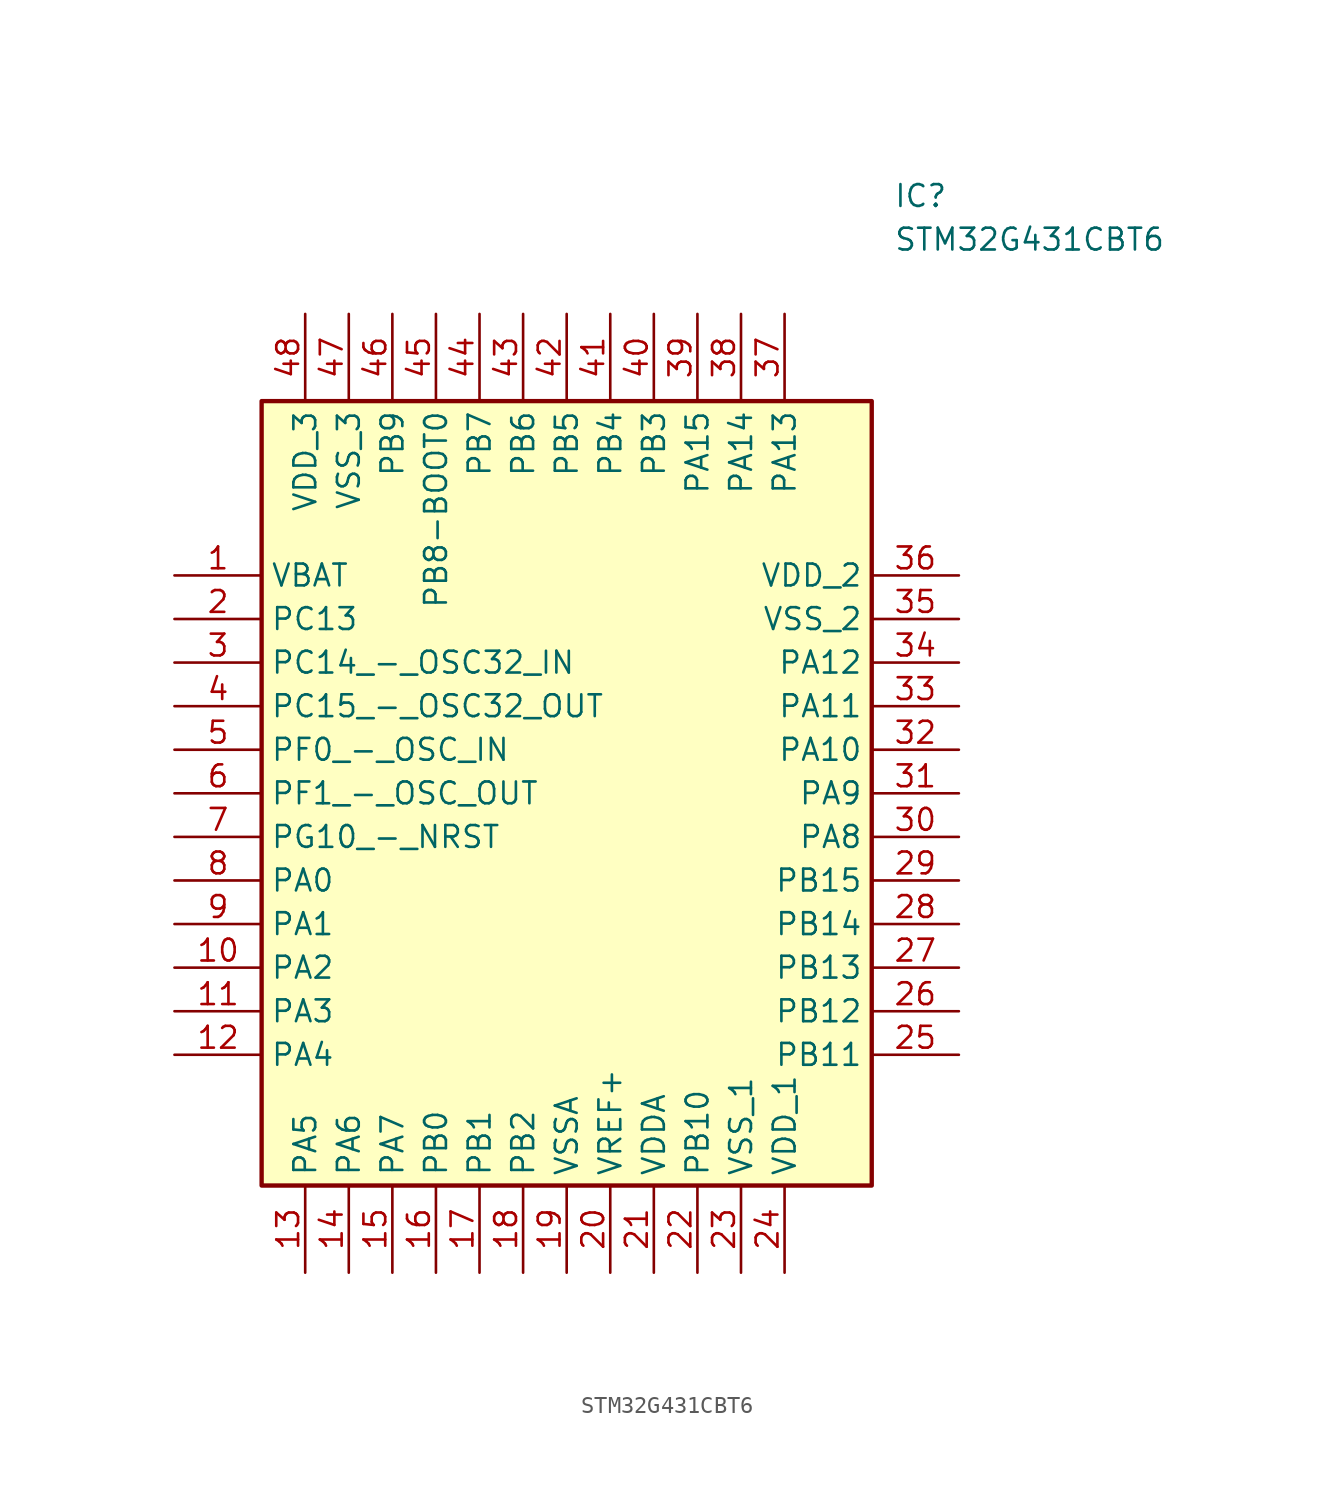
<source format=kicad_sym>
(kicad_symbol_lib
  (version 20220914)
  (generator kicad_symbol_editor)
  (symbol "STM32G431CBT6"
    (property "Reference" "IC"
      (at 41.91 22.86 0)
      (effects (font (size 1.27 1.27)) (justify left top)))
    (property "Value" "STM32G431CBT6"
      (at 41.91 20.32 0)
      (effects (font (size 1.27 1.27)) (justify left top)))
    (symbol "STM32G431CBT6_1_1"
      (rectangle (start 5.08 10.16) (end 40.64 -35.56) (stroke (width 0.254) (type default)) (fill (type background)))
      (pin passive line (at 0 0 0) (length 5.08) (name "VBAT" (effects (font (size 1.27 1.27)))) (number "1" (effects (font (size 1.27 1.27)))))
      (pin passive line (at 0 -22.86 0) (length 5.08) (name "PA2" (effects (font (size 1.27 1.27)))) (number "10" (effects (font (size 1.27 1.27)))))
      (pin passive line (at 0 -25.4 0) (length 5.08) (name "PA3" (effects (font (size 1.27 1.27)))) (number "11" (effects (font (size 1.27 1.27)))))
      (pin passive line (at 0 -27.94 0) (length 5.08) (name "PA4" (effects (font (size 1.27 1.27)))) (number "12" (effects (font (size 1.27 1.27)))))
      (pin passive line (at 7.62 -40.64 90) (length 5.08) (name "PA5" (effects (font (size 1.27 1.27)))) (number "13" (effects (font (size 1.27 1.27)))))
      (pin passive line (at 10.16 -40.64 90) (length 5.08) (name "PA6" (effects (font (size 1.27 1.27)))) (number "14" (effects (font (size 1.27 1.27)))))
      (pin passive line (at 12.7 -40.64 90) (length 5.08) (name "PA7" (effects (font (size 1.27 1.27)))) (number "15" (effects (font (size 1.27 1.27)))))
      (pin passive line (at 15.24 -40.64 90) (length 5.08) (name "PB0" (effects (font (size 1.27 1.27)))) (number "16" (effects (font (size 1.27 1.27)))))
      (pin passive line (at 17.78 -40.64 90) (length 5.08) (name "PB1" (effects (font (size 1.27 1.27)))) (number "17" (effects (font (size 1.27 1.27)))))
      (pin passive line (at 20.32 -40.64 90) (length 5.08) (name "PB2" (effects (font (size 1.27 1.27)))) (number "18" (effects (font (size 1.27 1.27)))))
      (pin passive line (at 22.86 -40.64 90) (length 5.08) (name "VSSA" (effects (font (size 1.27 1.27)))) (number "19" (effects (font (size 1.27 1.27)))))
      (pin passive line (at 0 -2.54 0) (length 5.08) (name "PC13" (effects (font (size 1.27 1.27)))) (number "2" (effects (font (size 1.27 1.27)))))
      (pin passive line (at 25.4 -40.64 90) (length 5.08) (name "VREF+" (effects (font (size 1.27 1.27)))) (number "20" (effects (font (size 1.27 1.27)))))
      (pin passive line (at 27.94 -40.64 90) (length 5.08) (name "VDDA" (effects (font (size 1.27 1.27)))) (number "21" (effects (font (size 1.27 1.27)))))
      (pin passive line (at 30.48 -40.64 90) (length 5.08) (name "PB10" (effects (font (size 1.27 1.27)))) (number "22" (effects (font (size 1.27 1.27)))))
      (pin passive line (at 33.02 -40.64 90) (length 5.08) (name "VSS_1" (effects (font (size 1.27 1.27)))) (number "23" (effects (font (size 1.27 1.27)))))
      (pin passive line (at 35.56 -40.64 90) (length 5.08) (name "VDD_1" (effects (font (size 1.27 1.27)))) (number "24" (effects (font (size 1.27 1.27)))))
      (pin passive line (at 45.72 -27.94 180) (length 5.08) (name "PB11" (effects (font (size 1.27 1.27)))) (number "25" (effects (font (size 1.27 1.27)))))
      (pin passive line (at 45.72 -25.4 180) (length 5.08) (name "PB12" (effects (font (size 1.27 1.27)))) (number "26" (effects (font (size 1.27 1.27)))))
      (pin passive line (at 45.72 -22.86 180) (length 5.08) (name "PB13" (effects (font (size 1.27 1.27)))) (number "27" (effects (font (size 1.27 1.27)))))
      (pin passive line (at 45.72 -20.32 180) (length 5.08) (name "PB14" (effects (font (size 1.27 1.27)))) (number "28" (effects (font (size 1.27 1.27)))))
      (pin passive line (at 45.72 -17.78 180) (length 5.08) (name "PB15" (effects (font (size 1.27 1.27)))) (number "29" (effects (font (size 1.27 1.27)))))
      (pin passive line (at 0 -5.08 0) (length 5.08) (name "PC14_-_OSC32_IN" (effects (font (size 1.27 1.27)))) (number "3" (effects (font (size 1.27 1.27)))))
      (pin passive line (at 45.72 -15.24 180) (length 5.08) (name "PA8" (effects (font (size 1.27 1.27)))) (number "30" (effects (font (size 1.27 1.27)))))
      (pin passive line (at 45.72 -12.7 180) (length 5.08) (name "PA9" (effects (font (size 1.27 1.27)))) (number "31" (effects (font (size 1.27 1.27)))))
      (pin passive line (at 45.72 -10.16 180) (length 5.08) (name "PA10" (effects (font (size 1.27 1.27)))) (number "32" (effects (font (size 1.27 1.27)))))
      (pin passive line (at 45.72 -7.62 180) (length 5.08) (name "PA11" (effects (font (size 1.27 1.27)))) (number "33" (effects (font (size 1.27 1.27)))))
      (pin passive line (at 45.72 -5.08 180) (length 5.08) (name "PA12" (effects (font (size 1.27 1.27)))) (number "34" (effects (font (size 1.27 1.27)))))
      (pin passive line (at 45.72 -2.54 180) (length 5.08) (name "VSS_2" (effects (font (size 1.27 1.27)))) (number "35" (effects (font (size 1.27 1.27)))))
      (pin passive line (at 45.72 0 180) (length 5.08) (name "VDD_2" (effects (font (size 1.27 1.27)))) (number "36" (effects (font (size 1.27 1.27)))))
      (pin passive line (at 35.56 15.24 270) (length 5.08) (name "PA13" (effects (font (size 1.27 1.27)))) (number "37" (effects (font (size 1.27 1.27)))))
      (pin passive line (at 33.02 15.24 270) (length 5.08) (name "PA14" (effects (font (size 1.27 1.27)))) (number "38" (effects (font (size 1.27 1.27)))))
      (pin passive line (at 30.48 15.24 270) (length 5.08) (name "PA15" (effects (font (size 1.27 1.27)))) (number "39" (effects (font (size 1.27 1.27)))))
      (pin passive line (at 0 -7.62 0) (length 5.08) (name "PC15_-_OSC32_OUT" (effects (font (size 1.27 1.27)))) (number "4" (effects (font (size 1.27 1.27)))))
      (pin passive line (at 27.94 15.24 270) (length 5.08) (name "PB3" (effects (font (size 1.27 1.27)))) (number "40" (effects (font (size 1.27 1.27)))))
      (pin passive line (at 25.4 15.24 270) (length 5.08) (name "PB4" (effects (font (size 1.27 1.27)))) (number "41" (effects (font (size 1.27 1.27)))))
      (pin passive line (at 22.86 15.24 270) (length 5.08) (name "PB5" (effects (font (size 1.27 1.27)))) (number "42" (effects (font (size 1.27 1.27)))))
      (pin passive line (at 20.32 15.24 270) (length 5.08) (name "PB6" (effects (font (size 1.27 1.27)))) (number "43" (effects (font (size 1.27 1.27)))))
      (pin passive line (at 17.78 15.24 270) (length 5.08) (name "PB7" (effects (font (size 1.27 1.27)))) (number "44" (effects (font (size 1.27 1.27)))))
      (pin passive line (at 15.24 15.24 270) (length 5.08) (name "PB8-BOOT0" (effects (font (size 1.27 1.27)))) (number "45" (effects (font (size 1.27 1.27)))))
      (pin passive line (at 12.7 15.24 270) (length 5.08) (name "PB9" (effects (font (size 1.27 1.27)))) (number "46" (effects (font (size 1.27 1.27)))))
      (pin passive line (at 10.16 15.24 270) (length 5.08) (name "VSS_3" (effects (font (size 1.27 1.27)))) (number "47" (effects (font (size 1.27 1.27)))))
      (pin passive line (at 7.62 15.24 270) (length 5.08) (name "VDD_3" (effects (font (size 1.27 1.27)))) (number "48" (effects (font (size 1.27 1.27)))))
      (pin passive line (at 0 -10.16 0) (length 5.08) (name "PF0_-_OSC_IN" (effects (font (size 1.27 1.27)))) (number "5" (effects (font (size 1.27 1.27)))))
      (pin passive line (at 0 -12.7 0) (length 5.08) (name "PF1_-_OSC_OUT" (effects (font (size 1.27 1.27)))) (number "6" (effects (font (size 1.27 1.27)))))
      (pin passive line (at 0 -15.24 0) (length 5.08) (name "PG10_-_NRST" (effects (font (size 1.27 1.27)))) (number "7" (effects (font (size 1.27 1.27)))))
      (pin passive line (at 0 -17.78 0) (length 5.08) (name "PA0" (effects (font (size 1.27 1.27)))) (number "8" (effects (font (size 1.27 1.27)))))
      (pin passive line (at 0 -20.32 0) (length 5.08) (name "PA1" (effects (font (size 1.27 1.27)))) (number "9" (effects (font (size 1.27 1.27))))))))
</source>
